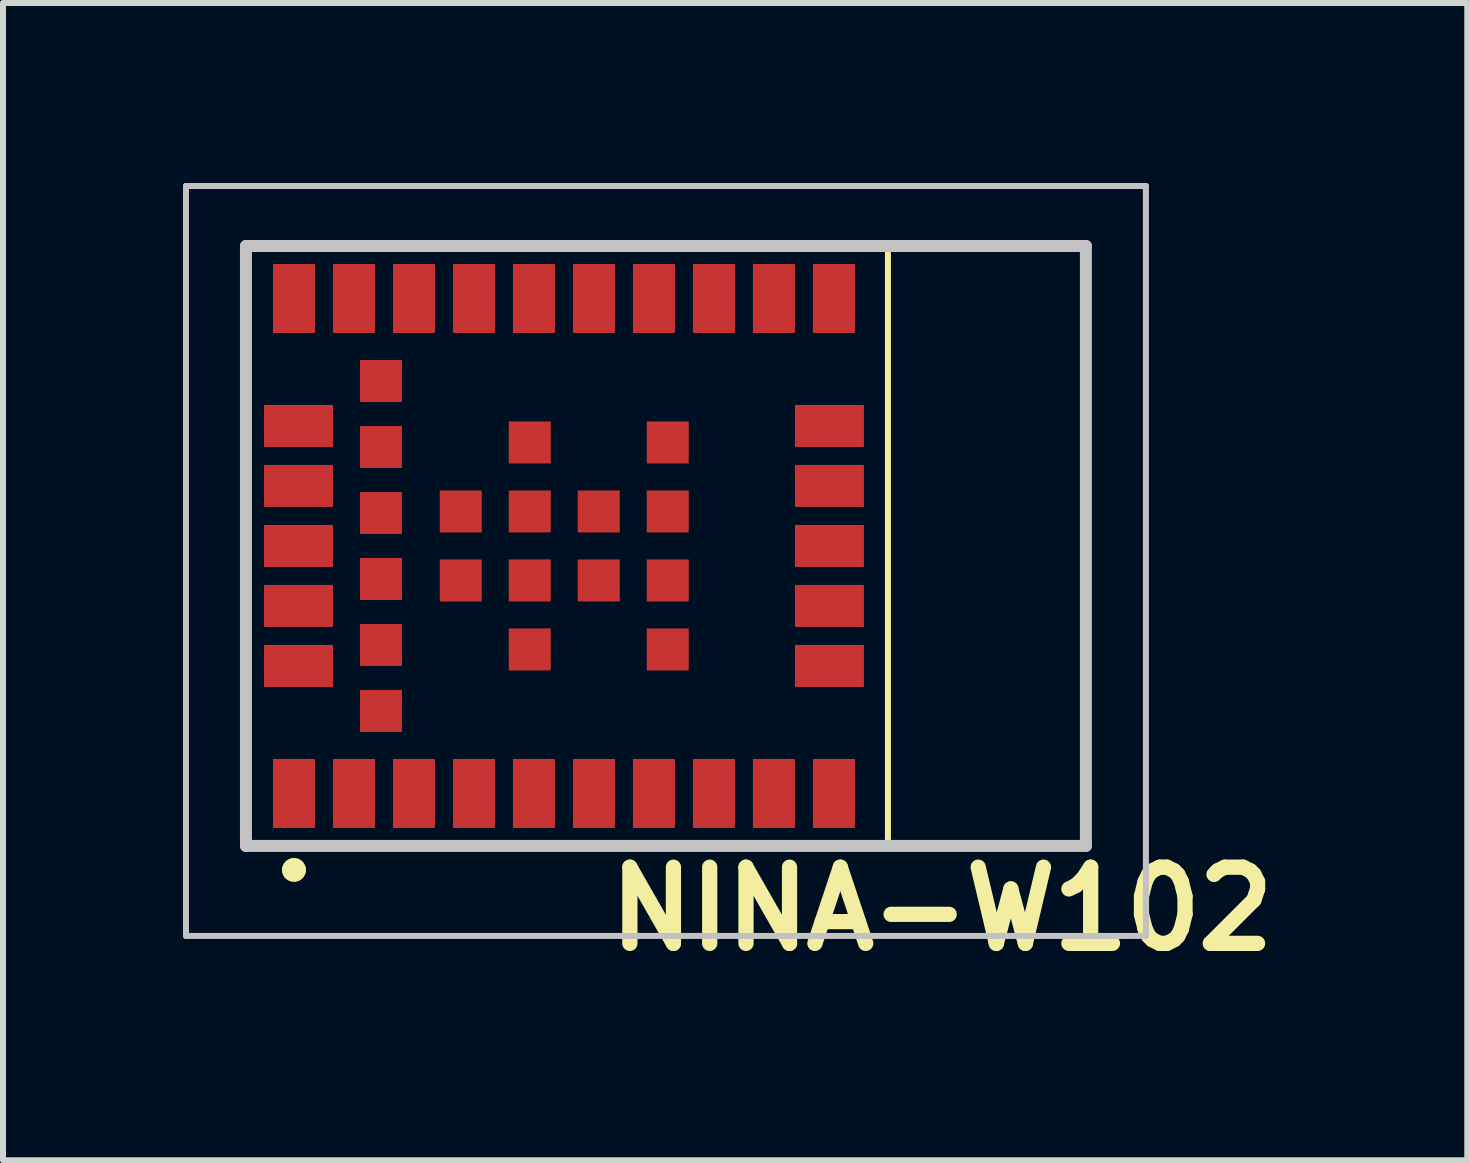
<source format=kicad_pcb>
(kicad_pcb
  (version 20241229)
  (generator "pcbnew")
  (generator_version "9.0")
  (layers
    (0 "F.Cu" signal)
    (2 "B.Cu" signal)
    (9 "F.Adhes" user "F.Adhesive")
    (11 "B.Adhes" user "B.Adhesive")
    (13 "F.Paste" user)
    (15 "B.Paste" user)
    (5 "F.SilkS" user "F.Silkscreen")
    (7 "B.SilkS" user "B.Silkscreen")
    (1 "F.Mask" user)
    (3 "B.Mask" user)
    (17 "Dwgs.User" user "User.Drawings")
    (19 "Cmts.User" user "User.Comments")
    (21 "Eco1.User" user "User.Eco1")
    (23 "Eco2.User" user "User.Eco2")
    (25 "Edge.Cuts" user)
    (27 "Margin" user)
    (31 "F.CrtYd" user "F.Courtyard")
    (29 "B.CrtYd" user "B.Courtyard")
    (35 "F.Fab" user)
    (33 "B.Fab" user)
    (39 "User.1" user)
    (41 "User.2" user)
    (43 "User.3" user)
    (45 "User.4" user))
  (footprint "NINA-W102"
    (layer "F.Cu")
    (at 8.05 6.3)
    (property "Reference" "NINA-W102" (at 4.6 5.8 0) (layer "F.SilkS") (effects (font (size 1.27 1.27) (thickness 0.254))))
    (attr smd)
    (fp_line (start -7 -5.25) (end 7 -5.25) (stroke (width 0.1) (type solid)) (layer "F.SilkS"))
    (fp_line (start -7 4.75) (end -7 -5.25) (stroke (width 0.1) (type solid)) (layer "F.SilkS"))
    (fp_line (start -6.3 5.15) (end -6.3 5.15) (stroke (width 0.2) (type solid)) (layer "F.SilkS"))
    (fp_line (start -6.1 5.15) (end -6.1 5.15) (stroke (width 0.2) (type solid)) (layer "F.SilkS"))
    (fp_line (start 3.7 -5.25) (end 3.7 4.75) (stroke (width 0.1) (type solid)) (layer "F.SilkS"))
    (fp_line (start 7 -5.25) (end 7 4.75) (stroke (width 0.1) (type solid)) (layer "F.SilkS"))
    (fp_line (start 7 4.75) (end -7 4.75) (stroke (width 0.1) (type solid)) (layer "F.SilkS"))
    (fp_arc (start -6.3 5.15) (mid -6.2 5.05) (end -6.1 5.15) (stroke (width 0.2) (type solid)) (layer "F.SilkS"))
    (fp_arc (start -6.1 5.15) (mid -6.2 5.25) (end -6.3 5.15) (stroke (width 0.2) (type solid)) (layer "F.SilkS"))
    (fp_line (start -8 -6.25) (end 8 -6.25) (stroke (width 0.1) (type solid)) (layer "Dwgs.User"))
    (fp_line (start -8 6.25) (end -8 -6.25) (stroke (width 0.1) (type solid)) (layer "Dwgs.User"))
    (fp_line (start -7 -5.25) (end 7 -5.25) (stroke (width 0.2) (type solid)) (layer "Dwgs.User"))
    (fp_line (start -7 4.75) (end -7 -5.25) (stroke (width 0.2) (type solid)) (layer "Dwgs.User"))
    (fp_line (start 7 -5.25) (end 7 4.75) (stroke (width 0.2) (type solid)) (layer "Dwgs.User"))
    (fp_line (start 7 4.75) (end -7 4.75) (stroke (width 0.2) (type solid)) (layer "Dwgs.User"))
    (fp_line (start 8 -6.25) (end 8 6.25) (stroke (width 0.1) (type solid)) (layer "Dwgs.User"))
    (fp_line (start 8 6.25) (end -8 6.25) (stroke (width 0.1) (type solid)) (layer "Dwgs.User"))
    (pad "1" smd rect (at -6.2 3.875) (size 0.7 1.15) (layers "F.Cu" "F.Mask" "F.Paste"))
    (pad "2" smd rect (at -5.2 3.875) (size 0.7 1.15) (layers "F.Cu" "F.Mask" "F.Paste"))
    (pad "3" smd rect (at -4.2 3.875) (size 0.7 1.15) (layers "F.Cu" "F.Mask" "F.Paste"))
    (pad "4" smd rect (at -3.2 3.875) (size 0.7 1.15) (layers "F.Cu" "F.Mask" "F.Paste"))
    (pad "5" smd rect (at -2.2 3.875) (size 0.7 1.15) (layers "F.Cu" "F.Mask" "F.Paste"))
    (pad "6" smd rect (at -1.2 3.875) (size 0.7 1.15) (layers "F.Cu" "F.Mask" "F.Paste"))
    (pad "7" smd rect (at -0.2 3.875) (size 0.7 1.15) (layers "F.Cu" "F.Mask" "F.Paste"))
    (pad "8" smd rect (at 0.8 3.875) (size 0.7 1.15) (layers "F.Cu" "F.Mask" "F.Paste"))
    (pad "9" smd rect (at 1.8 3.875) (size 0.7 1.15) (layers "F.Cu" "F.Mask" "F.Paste"))
    (pad "10" smd rect (at 2.8 3.875) (size 0.7 1.15) (layers "F.Cu" "F.Mask" "F.Paste"))
    (pad "11" smd rect (at 2.725 1.75 90) (size 0.7 1.15) (layers "F.Cu" "F.Mask" "F.Paste"))
    (pad "12" smd rect (at 2.725 0.75 90) (size 0.7 1.15) (layers "F.Cu" "F.Mask" "F.Paste"))
    (pad "13" smd rect (at 2.725 -0.25 90) (size 0.7 1.15) (layers "F.Cu" "F.Mask" "F.Paste"))
    (pad "14" smd rect (at 2.725 -1.25 90) (size 0.7 1.15) (layers "F.Cu" "F.Mask" "F.Paste"))
    (pad "15" smd rect (at 2.725 -2.25 90) (size 0.7 1.15) (layers "F.Cu" "F.Mask" "F.Paste"))
    (pad "16" smd rect (at 2.8 -4.375) (size 0.7 1.15) (layers "F.Cu" "F.Mask" "F.Paste"))
    (pad "17" smd rect (at 1.8 -4.375) (size 0.7 1.15) (layers "F.Cu" "F.Mask" "F.Paste"))
    (pad "18" smd rect (at 0.8 -4.375) (size 0.7 1.15) (layers "F.Cu" "F.Mask" "F.Paste"))
    (pad "19" smd rect (at -0.2 -4.375) (size 0.7 1.15) (layers "F.Cu" "F.Mask" "F.Paste"))
    (pad "20" smd rect (at -1.2 -4.375) (size 0.7 1.15) (layers "F.Cu" "F.Mask" "F.Paste"))
    (pad "21" smd rect (at -2.2 -4.375) (size 0.7 1.15) (layers "F.Cu" "F.Mask" "F.Paste"))
    (pad "22" smd rect (at -3.2 -4.375) (size 0.7 1.15) (layers "F.Cu" "F.Mask" "F.Paste"))
    (pad "23" smd rect (at -4.2 -4.375) (size 0.7 1.15) (layers "F.Cu" "F.Mask" "F.Paste"))
    (pad "24" smd rect (at -5.2 -4.375) (size 0.7 1.15) (layers "F.Cu" "F.Mask" "F.Paste"))
    (pad "25" smd rect (at -6.2 -4.375) (size 0.7 1.15) (layers "F.Cu" "F.Mask" "F.Paste"))
    (pad "26" smd rect (at -6.125 -2.25 90) (size 0.7 1.15) (layers "F.Cu" "F.Mask" "F.Paste"))
    (pad "27" smd rect (at -6.125 -1.25 90) (size 0.7 1.15) (layers "F.Cu" "F.Mask" "F.Paste"))
    (pad "28" smd rect (at -6.125 -0.25 90) (size 0.7 1.15) (layers "F.Cu" "F.Mask" "F.Paste"))
    (pad "29" smd rect (at -6.125 0.75 90) (size 0.7 1.15) (layers "F.Cu" "F.Mask" "F.Paste"))
    (pad "30" smd rect (at -6.125 1.75 90) (size 0.7 1.15) (layers "F.Cu" "F.Mask" "F.Paste"))
    (pad "31" smd rect (at -4.75 2.5 90) (size 0.7 0.7) (layers "F.Cu" "F.Mask" "F.Paste"))
    (pad "32" smd rect (at -4.75 1.4 90) (size 0.7 0.7) (layers "F.Cu" "F.Mask" "F.Paste"))
    (pad "33" smd rect (at -4.75 0.3 90) (size 0.7 0.7) (layers "F.Cu" "F.Mask" "F.Paste"))
    (pad "34" smd rect (at -4.75 -0.8 90) (size 0.7 0.7) (layers "F.Cu" "F.Mask" "F.Paste"))
    (pad "35" smd rect (at -4.75 -1.9 90) (size 0.7 0.7) (layers "F.Cu" "F.Mask" "F.Paste"))
    (pad "36" smd rect (at -4.75 -3 90) (size 0.7 0.7) (layers "F.Cu" "F.Mask" "F.Paste"))
    (pad "37" smd rect (at -3.42 0.325 90) (size 0.7 0.7) (layers "F.Cu" "F.Mask" "F.Paste"))
    (pad "38" smd rect (at -3.42 -0.825 90) (size 0.7 0.7) (layers "F.Cu" "F.Mask" "F.Paste"))
    (pad "39" smd rect (at -2.27 1.475 90) (size 0.7 0.7) (layers "F.Cu" "F.Mask" "F.Paste"))
    (pad "40" smd rect (at -2.27 0.325 90) (size 0.7 0.7) (layers "F.Cu" "F.Mask" "F.Paste"))
    (pad "41" smd rect (at -2.27 -0.825 90) (size 0.7 0.7) (layers "F.Cu" "F.Mask" "F.Paste"))
    (pad "42" smd rect (at -2.27 -1.975 90) (size 0.7 0.7) (layers "F.Cu" "F.Mask" "F.Paste"))
    (pad "43" smd rect (at -1.12 0.325 90) (size 0.7 0.7) (layers "F.Cu" "F.Mask" "F.Paste"))
    (pad "44" smd rect (at -1.12 -0.825 90) (size 0.7 0.7) (layers "F.Cu" "F.Mask" "F.Paste"))
    (pad "45" smd rect (at 0.03 1.475 90) (size 0.7 0.7) (layers "F.Cu" "F.Mask" "F.Paste"))
    (pad "46" smd rect (at 0.03 0.325 90) (size 0.7 0.7) (layers "F.Cu" "F.Mask" "F.Paste"))
    (pad "47" smd rect (at 0.03 -0.825 90) (size 0.7 0.7) (layers "F.Cu" "F.Mask" "F.Paste"))
    (pad "48" smd rect (at 0.03 -1.975 90) (size 0.7 0.7) (layers "F.Cu" "F.Mask" "F.Paste")))
  (gr_rect
    (start -3 -3)
    (end 21.407 16.289)
    (stroke (width 0.1) (type default))
    (fill no)
    (layer "Edge.Cuts")))
</source>
